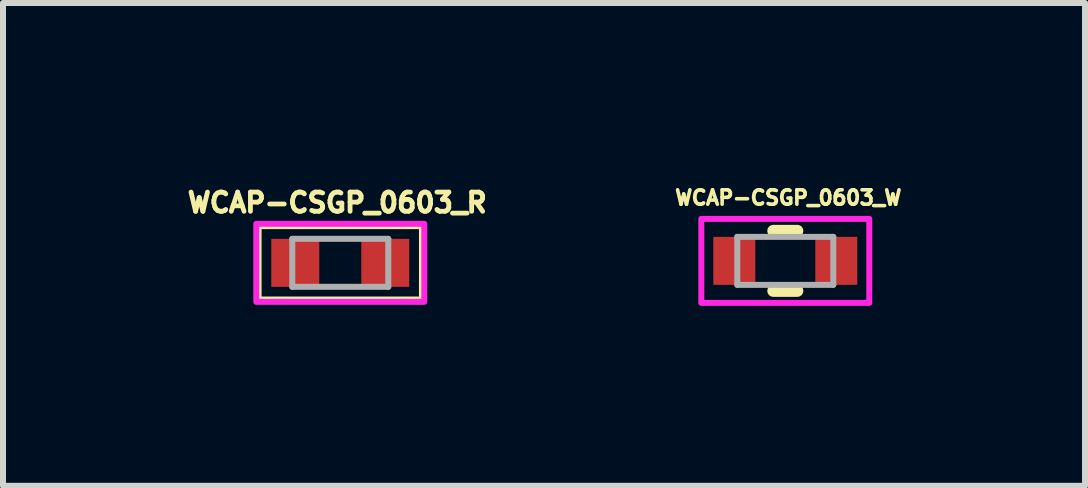
<source format=kicad_pcb>
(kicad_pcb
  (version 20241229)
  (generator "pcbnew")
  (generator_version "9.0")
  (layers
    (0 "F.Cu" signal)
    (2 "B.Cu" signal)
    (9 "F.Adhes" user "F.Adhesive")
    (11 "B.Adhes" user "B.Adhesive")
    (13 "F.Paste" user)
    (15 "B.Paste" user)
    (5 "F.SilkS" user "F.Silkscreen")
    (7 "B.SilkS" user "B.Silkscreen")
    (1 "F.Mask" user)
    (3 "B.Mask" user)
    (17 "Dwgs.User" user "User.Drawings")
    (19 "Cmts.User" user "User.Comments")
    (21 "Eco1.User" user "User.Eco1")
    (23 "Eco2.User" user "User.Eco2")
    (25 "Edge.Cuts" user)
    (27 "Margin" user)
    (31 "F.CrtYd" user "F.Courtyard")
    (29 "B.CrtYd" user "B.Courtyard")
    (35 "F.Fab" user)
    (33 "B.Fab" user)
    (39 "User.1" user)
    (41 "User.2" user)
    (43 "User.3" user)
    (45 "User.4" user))
  (footprint "WCAP-CSGP_0603_R"
    (layer "F.Cu")
    (at 2.622 1.331)
    (property "Reference" "WCAP-CSGP_0603_R" (at -0.05 -1.003 0) (layer "F.SilkS") (effects (font (size 0.32 0.32) (thickness 0.15))))
    (attr smd)
    (fp_line (start -1.375 -0.625) (end 1.375 -0.625) (stroke (width 0.127) (type solid)) (layer "F.SilkS"))
    (fp_line (start -1.375 0.625) (end -1.375 -0.625) (stroke (width 0.127) (type solid)) (layer "F.SilkS"))
    (fp_line (start 1.375 -0.625) (end 1.375 0.625) (stroke (width 0.127) (type solid)) (layer "F.SilkS"))
    (fp_line (start 1.375 0.625) (end -1.375 0.625) (stroke (width 0.127) (type solid)) (layer "F.SilkS"))
    (fp_poly (pts (xy -1.4 -0.65) (xy 1.4 -0.65) (xy 1.4 0.65) (xy -1.4 0.65)) (stroke (width 0.1) (type solid)) (fill no) (layer "F.CrtYd"))
    (fp_line (start -0.8 -0.4) (end -0.8 0.4) (stroke (width 0.1) (type solid)) (layer "F.Fab"))
    (fp_line (start -0.8 -0.4) (end 0.8 -0.4) (stroke (width 0.1) (type solid)) (layer "F.Fab"))
    (fp_line (start -0.8 0.4) (end 0.8 0.4) (stroke (width 0.1) (type solid)) (layer "F.Fab"))
    (fp_line (start 0.8 0.4) (end 0.8 -0.4) (stroke (width 0.1) (type solid)) (layer "F.Fab"))
    (pad "1" smd rect (at -0.75 0) (size 0.8 0.8) (layers "F.Cu" "F.Mask" "F.Paste"))
    (pad "2" smd rect (at 0.75 0) (size 0.8 0.8) (layers "F.Cu" "F.Mask" "F.Paste")))
  (footprint "WCAP-CSGP_0603_W"
    (layer "F.Cu")
    (at 10.04 1.298)
    (property "Reference" "WCAP-CSGP_0603_W" (at 0.05 -1.052 0) (layer "F.SilkS") (effects (font (size 0.24 0.24) (thickness 0.15))))
    (attr smd)
    (fp_line (start -0.2 -0.5) (end 0.2 -0.5) (stroke (width 0.2) (type solid)) (layer "F.SilkS"))
    (fp_line (start 0.2 0.5) (end -0.2 0.5) (stroke (width 0.2) (type solid)) (layer "F.SilkS"))
    (fp_poly (pts (xy -1.4 -0.7) (xy 1.4 -0.7) (xy 1.4 0.7) (xy -1.4 0.7)) (stroke (width 0.1) (type solid)) (fill no) (layer "F.CrtYd"))
    (fp_line (start -0.8 -0.4) (end -0.8 0.4) (stroke (width 0.1) (type solid)) (layer "F.Fab"))
    (fp_line (start -0.8 -0.4) (end 0.8 -0.4) (stroke (width 0.1) (type solid)) (layer "F.Fab"))
    (fp_line (start -0.8 0.4) (end 0.8 0.4) (stroke (width 0.1) (type solid)) (layer "F.Fab"))
    (fp_line (start 0.8 0.4) (end 0.8 -0.4) (stroke (width 0.1) (type solid)) (layer "F.Fab"))
    (pad "1" smd rect (at -0.85 0) (size 0.7 0.8) (layers "F.Cu" "F.Mask" "F.Paste"))
    (pad "2" smd rect (at 0.85 0) (size 0.7 0.8) (layers "F.Cu" "F.Mask" "F.Paste")))
  (gr_rect
    (start -3 -3)
    (end 15.036 5.048)
    (stroke (width 0.1) (type default))
    (fill no)
    (layer "Edge.Cuts")))
</source>
